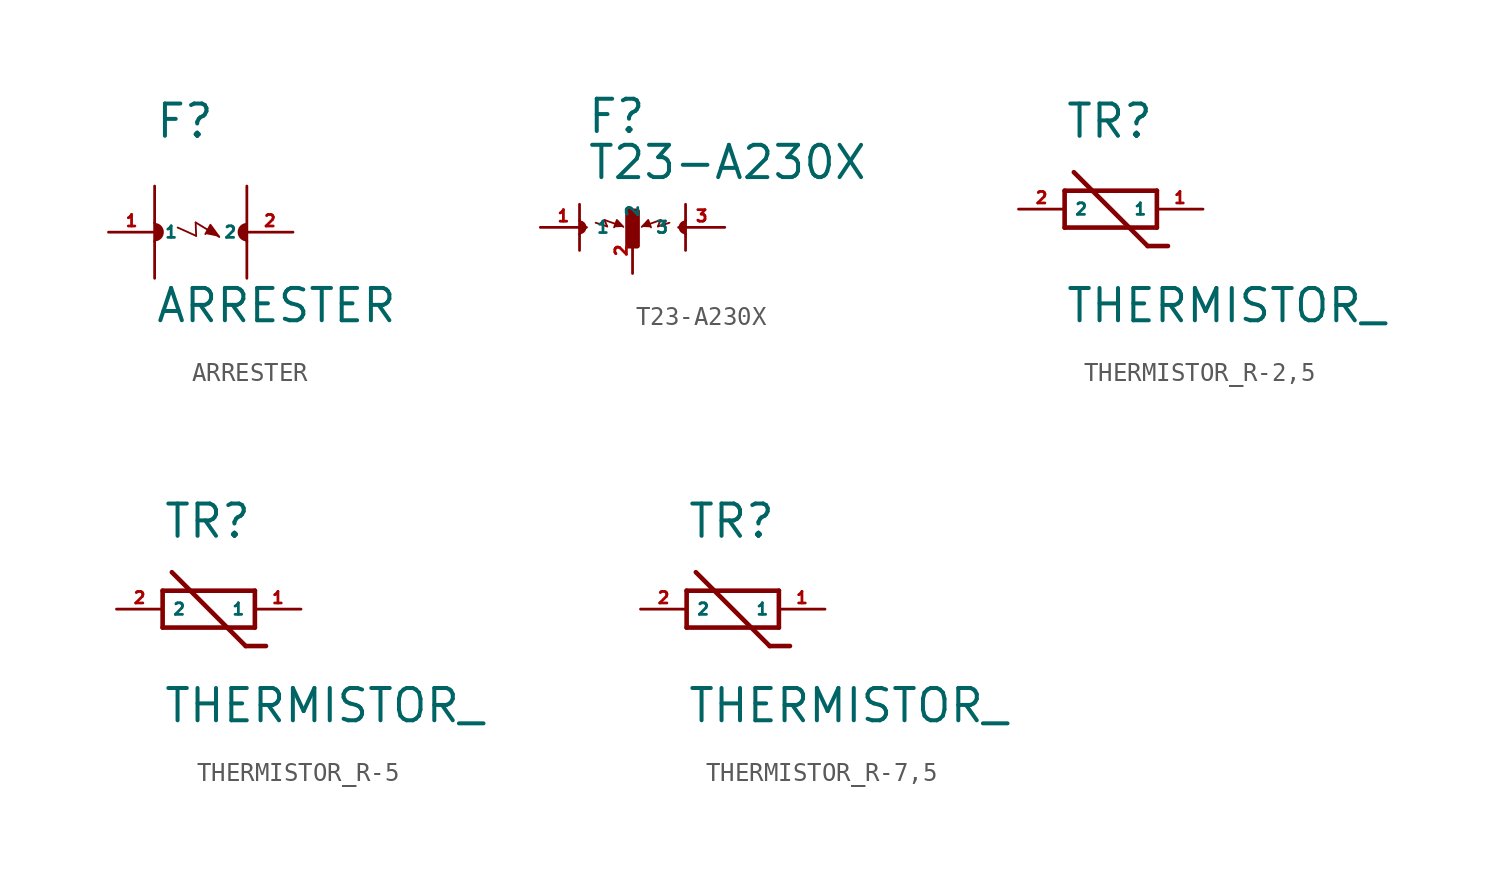
<source format=kicad_sym>
(kicad_symbol_lib
  (version 20220914)
  (generator kicad_symbol_editor)
  (symbol "ARRESTER"
    (property "Reference" "F"
      (at -2.54 5.08 0)
      (effects (font (size 1.778 1.778) (thickness 0.22)) (justify left bottom)))
    (property "Value" "ARRESTER"
      (at -2.54 -5.08 0)
      (effects (font (size 1.778 1.778) (thickness 0.22)) (justify left bottom)))
    (symbol "ARRESTER_1_1"
      (arc (start -2.54 -0.508) (mid -2.0342 0) (end -2.54 0.508) (stroke (width -0.0001) (type default)) (fill (type outline)))
      (polyline (pts (xy -2.54 -0.508) (xy -2.54 -2.54)) (stroke (width 0.152) (type default)) (fill (type none)))
      (polyline (pts (xy -2.54 0.508) (xy -2.54 -0.508)) (stroke (width 0) (type default)) (fill (type outline)))
      (polyline (pts (xy -2.54 2.54) (xy -2.54 0.508)) (stroke (width 0.152) (type default)) (fill (type none)))
      (polyline (pts (xy -1.27 0.254) (xy -0.254 -0.203)) (stroke (width 0.102) (type default)) (fill (type none)))
      (polyline (pts (xy -0.279 0.533) (xy 1.016 -0.254)) (stroke (width 0.102) (type default)) (fill (type none)))
      (polyline (pts (xy -0.254 -0.203) (xy -0.279 0.533)) (stroke (width 0.102) (type default)) (fill (type none)))
      (polyline (pts (xy 2.54 -0.508) (xy 2.54 -2.54)) (stroke (width 0.152) (type default)) (fill (type none)))
      (polyline (pts (xy 2.54 2.54) (xy 2.54 -0.508)) (stroke (width 0.152) (type default)) (fill (type none)))
      (polyline (pts (xy 1.016 -0.254) (xy 0.533 0.406) (xy 0.254 -0.102)) (stroke (width 0.102) (type default)) (fill (type outline)))
      (arc (start 2.54 0.508) (mid 2.0342 0) (end 2.54 -0.508) (stroke (width -0.0001) (type default)) (fill (type outline)))
      (pin passive line (at -5.08 0 0) (length 2.54) (name "1" (effects (font (size 0.635 0.635)))) (number "1" (effects (font (size 0.635 0.635)))))
      (pin passive line (at 5.08 0 180) (length 2.54) (name "2" (effects (font (size 0.635 0.635)))) (number "2" (effects (font (size 0.635 0.635)))))))
  (symbol "T23-A230X"
    (property "Reference" "F"
      (at -2.54 5.08 0)
      (effects (font (size 1.778 1.778) (thickness 0.22)) (justify left bottom)))
    (property "Value" "T23-A230X"
      (at -2.54 2.54 0)
      (effects (font (size 1.778 1.778) (thickness 0.22)) (justify left bottom)))
    (symbol "T23-A230X_1_1"
      (arc (start -2.921 -0.381) (mid -2.5416 0) (end -2.921 0.381) (stroke (width -0.0001) (type default)) (fill (type outline)))
      (rectangle (start -0.254 -1.016) (end 0.254 0.889) (stroke (width 0.3) (type default)) (fill (type outline)))
      (polyline (pts (xy -2.921 -0.381) (xy -2.921 -1.27)) (stroke (width 0.152) (type default)) (fill (type none)))
      (polyline (pts (xy -2.921 0.381) (xy -2.921 -0.381)) (stroke (width 0.152) (type default)) (fill (type none)))
      (polyline (pts (xy -2.921 1.27) (xy -2.921 0.381)) (stroke (width 0.152) (type default)) (fill (type none)))
      (polyline (pts (xy -2.032 0.254) (xy -1.397 0.051)) (stroke (width 0.102) (type default)) (fill (type none)))
      (polyline (pts (xy -1.549 0.406) (xy -0.762 0.127)) (stroke (width 0.102) (type default)) (fill (type none)))
      (polyline (pts (xy -1.397 0.051) (xy -1.549 0.406)) (stroke (width 0.102) (type default)) (fill (type none)))
      (polyline (pts (xy 1.397 0.051) (xy 1.549 0.406)) (stroke (width 0.102) (type default)) (fill (type none)))
      (polyline (pts (xy 1.549 0.406) (xy 0.762 0.127)) (stroke (width 0.102) (type default)) (fill (type none)))
      (polyline (pts (xy 2.032 0.254) (xy 1.397 0.051)) (stroke (width 0.102) (type default)) (fill (type none)))
      (polyline (pts (xy 2.921 -1.27) (xy 2.921 -0.381)) (stroke (width 0.152) (type default)) (fill (type none)))
      (polyline (pts (xy 2.921 -0.381) (xy 2.921 0.381)) (stroke (width 0.152) (type default)) (fill (type none)))
      (polyline (pts (xy 2.921 0.381) (xy 2.921 1.27)) (stroke (width 0.152) (type default)) (fill (type none)))
      (polyline (pts (xy -1.016 0) (xy -0.864 0.406) (xy -0.508 0.025)) (stroke (width 0.102) (type default)) (fill (type outline)))
      (polyline (pts (xy 1.016 0) (xy 0.864 0.406) (xy 0.508 0.025)) (stroke (width 0.102) (type default)) (fill (type outline)))
      (arc (start 2.921 0.381) (mid 2.5416 0) (end 2.921 -0.381) (stroke (width -0.0001) (type default)) (fill (type outline)))
      (pin passive line (at -5.08 0 0) (length 2.54) (name "1" (effects (font (size 0.635 0.635)))) (number "1" (effects (font (size 0.635 0.635)))))
      (pin passive line (at 0 -2.54 90) (length 2.54) (name "2" (effects (font (size 0.635 0.635)))) (number "2" (effects (font (size 0.635 0.635)))))
      (pin passive line (at 5.08 0 180) (length 2.54) (name "3" (effects (font (size 0.635 0.635)))) (number "3" (effects (font (size 0.635 0.635)))))))
  (symbol "THERMISTOR_R-2,5"
    (property "Reference" "TR"
      (at -2.54 3.81 0)
      (effects (font (size 1.778 1.778) (thickness 0.22)) (justify left bottom)))
    (property "Value" "THERMISTOR_"
      (at -2.54 -6.35 0)
      (effects (font (size 1.778 1.778) (thickness 0.22)) (justify left bottom)))
    (symbol "THERMISTOR_R-2,5_1_1"
      (polyline (pts (xy -2.54 -1.016) (xy -2.54 1.016)) (stroke (width 0.254) (type default)) (fill (type none)))
      (polyline (pts (xy -2.54 1.016) (xy 2.54 1.016)) (stroke (width 0.254) (type default)) (fill (type none)))
      (polyline (pts (xy 2.032 -2.032) (xy -2.032 2.032)) (stroke (width 0.254) (type default)) (fill (type none)))
      (polyline (pts (xy 2.54 -1.016) (xy -2.54 -1.016)) (stroke (width 0.254) (type default)) (fill (type none)))
      (polyline (pts (xy 2.54 1.016) (xy 2.54 -1.016)) (stroke (width 0.254) (type default)) (fill (type none)))
      (polyline (pts (xy 3.15 -2.032) (xy 2.032 -2.032)) (stroke (width 0.254) (type default)) (fill (type none)))
      (pin passive line (at 5.08 0 180) (length 2.54) (name "1" (effects (font (size 0.635 0.635)))) (number "1" (effects (font (size 0.635 0.635)))))
      (pin passive line (at -5.08 0 0) (length 2.54) (name "2" (effects (font (size 0.635 0.635)))) (number "2" (effects (font (size 0.635 0.635)))))))
  (symbol "THERMISTOR_R-5"
    (property "Reference" "TR"
      (at -2.54 3.81 0)
      (effects (font (size 1.778 1.778) (thickness 0.22)) (justify left bottom)))
    (property "Value" "THERMISTOR_"
      (at -2.54 -6.35 0)
      (effects (font (size 1.778 1.778) (thickness 0.22)) (justify left bottom)))
    (symbol "THERMISTOR_R-5_1_1"
      (polyline (pts (xy -2.54 -1.016) (xy -2.54 1.016)) (stroke (width 0.254) (type default)) (fill (type none)))
      (polyline (pts (xy -2.54 1.016) (xy 2.54 1.016)) (stroke (width 0.254) (type default)) (fill (type none)))
      (polyline (pts (xy 2.032 -2.032) (xy -2.032 2.032)) (stroke (width 0.254) (type default)) (fill (type none)))
      (polyline (pts (xy 2.54 -1.016) (xy -2.54 -1.016)) (stroke (width 0.254) (type default)) (fill (type none)))
      (polyline (pts (xy 2.54 1.016) (xy 2.54 -1.016)) (stroke (width 0.254) (type default)) (fill (type none)))
      (polyline (pts (xy 3.15 -2.032) (xy 2.032 -2.032)) (stroke (width 0.254) (type default)) (fill (type none)))
      (pin passive line (at 5.08 0 180) (length 2.54) (name "1" (effects (font (size 0.635 0.635)))) (number "1" (effects (font (size 0.635 0.635)))))
      (pin passive line (at -5.08 0 0) (length 2.54) (name "2" (effects (font (size 0.635 0.635)))) (number "2" (effects (font (size 0.635 0.635)))))))
  (symbol "THERMISTOR_R-7,5"
    (property "Reference" "TR"
      (at -2.54 3.81 0)
      (effects (font (size 1.778 1.778) (thickness 0.22)) (justify left bottom)))
    (property "Value" "THERMISTOR_"
      (at -2.54 -6.35 0)
      (effects (font (size 1.778 1.778) (thickness 0.22)) (justify left bottom)))
    (symbol "THERMISTOR_R-7,5_1_1"
      (polyline (pts (xy -2.54 -1.016) (xy -2.54 1.016)) (stroke (width 0.254) (type default)) (fill (type none)))
      (polyline (pts (xy -2.54 1.016) (xy 2.54 1.016)) (stroke (width 0.254) (type default)) (fill (type none)))
      (polyline (pts (xy 2.032 -2.032) (xy -2.032 2.032)) (stroke (width 0.254) (type default)) (fill (type none)))
      (polyline (pts (xy 2.54 -1.016) (xy -2.54 -1.016)) (stroke (width 0.254) (type default)) (fill (type none)))
      (polyline (pts (xy 2.54 1.016) (xy 2.54 -1.016)) (stroke (width 0.254) (type default)) (fill (type none)))
      (polyline (pts (xy 3.15 -2.032) (xy 2.032 -2.032)) (stroke (width 0.254) (type default)) (fill (type none)))
      (pin passive line (at 5.08 0 180) (length 2.54) (name "1" (effects (font (size 0.635 0.635)))) (number "1" (effects (font (size 0.635 0.635)))))
      (pin passive line (at -5.08 0 0) (length 2.54) (name "2" (effects (font (size 0.635 0.635)))) (number "2" (effects (font (size 0.635 0.635))))))))
</source>
